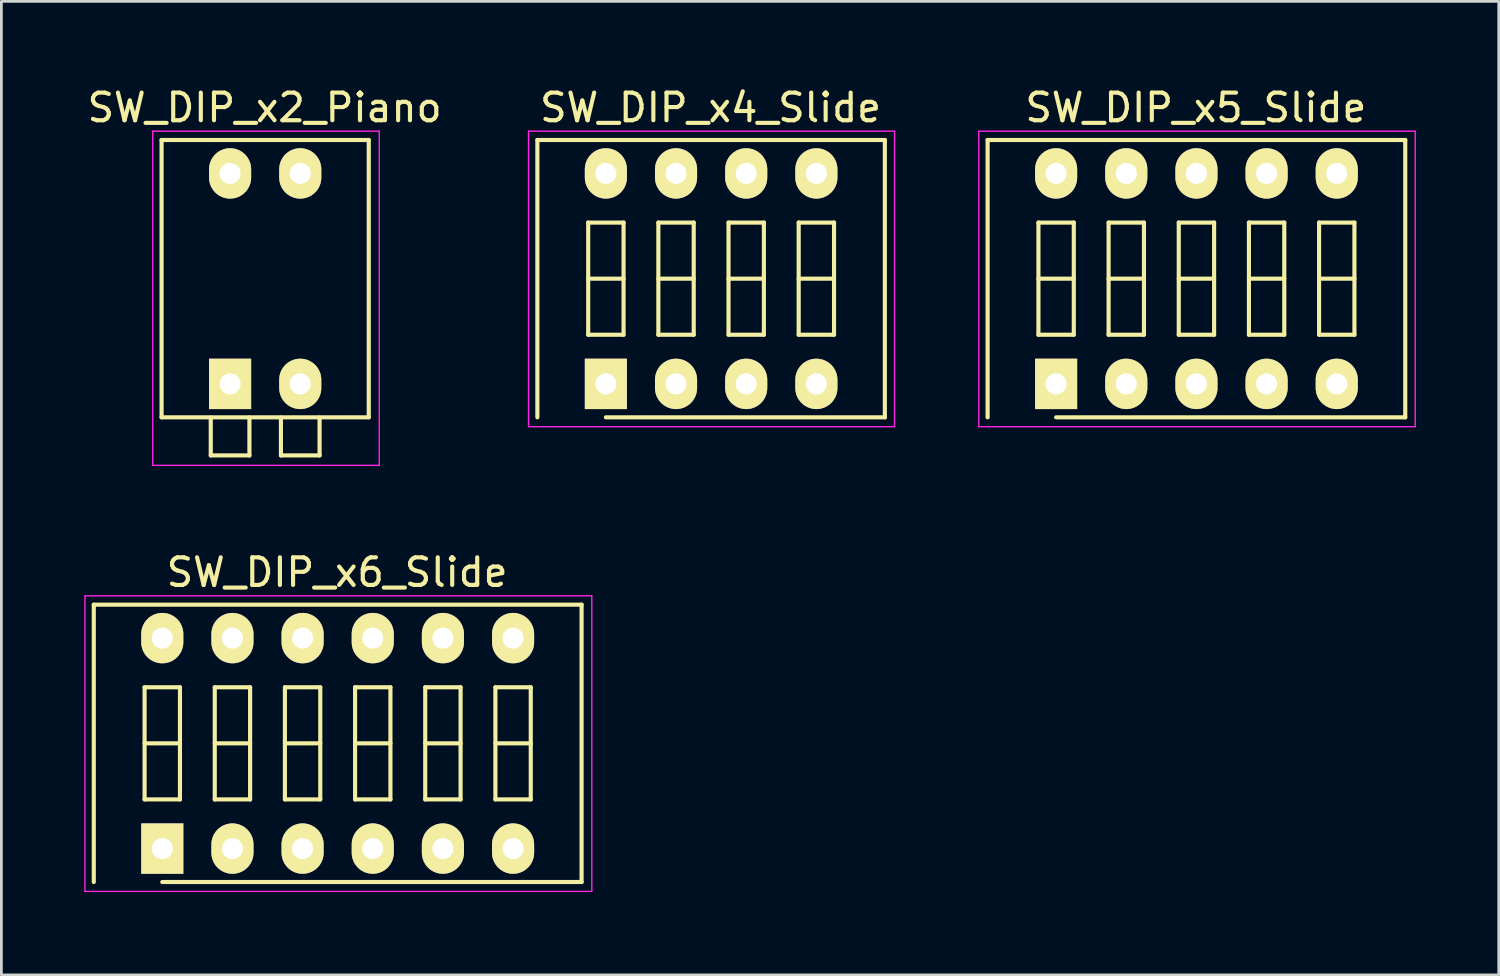
<source format=kicad_pcb>
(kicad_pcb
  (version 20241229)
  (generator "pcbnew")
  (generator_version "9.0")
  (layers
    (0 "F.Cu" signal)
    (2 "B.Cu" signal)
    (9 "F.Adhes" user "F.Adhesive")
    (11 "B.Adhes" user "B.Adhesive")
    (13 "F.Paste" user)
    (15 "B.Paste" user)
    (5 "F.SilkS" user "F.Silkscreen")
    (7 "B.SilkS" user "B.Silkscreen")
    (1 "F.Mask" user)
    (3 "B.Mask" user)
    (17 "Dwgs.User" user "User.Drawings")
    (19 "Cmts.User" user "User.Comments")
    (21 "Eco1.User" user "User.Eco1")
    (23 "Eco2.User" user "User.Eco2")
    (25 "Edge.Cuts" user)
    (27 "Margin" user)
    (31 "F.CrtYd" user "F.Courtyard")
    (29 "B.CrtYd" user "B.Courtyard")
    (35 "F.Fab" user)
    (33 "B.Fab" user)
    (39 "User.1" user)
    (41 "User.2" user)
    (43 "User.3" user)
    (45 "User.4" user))
  (footprint "SW_DIP_x4_Slide"
    (layer "F.Cu")
    (at 18.885 10.848)
    (property "Reference" "SW_DIP_x4_Slide" (at 3.79 -10 0) (layer "F.SilkS") (effects (font (size 1 1) (thickness 0.15))))
    (attr through_hole)
    (fp_line (start -2.48 -8.83) (end 10.1 -8.83) (stroke (width 0.15) (type solid)) (layer "F.SilkS"))
    (fp_line (start -2.48 1.21) (end -2.48 -8.83) (stroke (width 0.15) (type solid)) (layer "F.SilkS"))
    (fp_line (start -0.64 -5.84) (end -0.64 -1.78) (stroke (width 0.15) (type solid)) (layer "F.SilkS"))
    (fp_line (start -0.64 -3.81) (end 0.64 -3.81) (stroke (width 0.15) (type solid)) (layer "F.SilkS"))
    (fp_line (start -0.64 -1.78) (end 0.64 -1.78) (stroke (width 0.15) (type solid)) (layer "F.SilkS"))
    (fp_line (start 0.64 -5.84) (end -0.64 -5.84) (stroke (width 0.15) (type solid)) (layer "F.SilkS"))
    (fp_line (start 0.64 -1.78) (end 0.64 -5.84) (stroke (width 0.15) (type solid)) (layer "F.SilkS"))
    (fp_line (start 1.9 -5.84) (end 1.9 -1.78) (stroke (width 0.15) (type solid)) (layer "F.SilkS"))
    (fp_line (start 1.9 -3.81) (end 3.18 -3.81) (stroke (width 0.15) (type solid)) (layer "F.SilkS"))
    (fp_line (start 1.9 -1.78) (end 3.18 -1.78) (stroke (width 0.15) (type solid)) (layer "F.SilkS"))
    (fp_line (start 3.18 -5.84) (end 1.9 -5.84) (stroke (width 0.15) (type solid)) (layer "F.SilkS"))
    (fp_line (start 3.18 -1.78) (end 3.18 -5.84) (stroke (width 0.15) (type solid)) (layer "F.SilkS"))
    (fp_line (start 4.44 -5.84) (end 4.44 -1.78) (stroke (width 0.15) (type solid)) (layer "F.SilkS"))
    (fp_line (start 4.44 -3.81) (end 5.72 -3.81) (stroke (width 0.15) (type solid)) (layer "F.SilkS"))
    (fp_line (start 4.44 -1.78) (end 5.72 -1.78) (stroke (width 0.15) (type solid)) (layer "F.SilkS"))
    (fp_line (start 5.72 -5.84) (end 4.44 -5.84) (stroke (width 0.15) (type solid)) (layer "F.SilkS"))
    (fp_line (start 5.72 -1.78) (end 5.72 -5.84) (stroke (width 0.15) (type solid)) (layer "F.SilkS"))
    (fp_line (start 6.98 -5.84) (end 6.98 -1.78) (stroke (width 0.15) (type solid)) (layer "F.SilkS"))
    (fp_line (start 6.98 -3.81) (end 8.26 -3.81) (stroke (width 0.15) (type solid)) (layer "F.SilkS"))
    (fp_line (start 6.98 -1.78) (end 8.26 -1.78) (stroke (width 0.15) (type solid)) (layer "F.SilkS"))
    (fp_line (start 8.26 -5.84) (end 6.98 -5.84) (stroke (width 0.15) (type solid)) (layer "F.SilkS"))
    (fp_line (start 8.26 -1.78) (end 8.26 -5.84) (stroke (width 0.15) (type solid)) (layer "F.SilkS"))
    (fp_line (start 10.1 -8.83) (end 10.1 1.21) (stroke (width 0.15) (type solid)) (layer "F.SilkS"))
    (fp_line (start 10.1 1.21) (end 0 1.21) (stroke (width 0.15) (type solid)) (layer "F.SilkS"))
    (fp_line (start -2.8 -9.15) (end -2.8 1.55) (stroke (width 0.05) (type solid)) (layer "F.CrtYd"))
    (fp_line (start -2.8 1.55) (end 10.45 1.55) (stroke (width 0.05) (type solid)) (layer "F.CrtYd"))
    (fp_line (start 10.45 -9.15) (end -2.8 -9.15) (stroke (width 0.05) (type solid)) (layer "F.CrtYd"))
    (fp_line (start 10.45 1.55) (end 10.45 -9.15) (stroke (width 0.05) (type solid)) (layer "F.CrtYd"))
    (pad "1" thru_hole rect (at 0 0) (size 1.524 1.824) (drill 0.762) (layers "*.Cu" "*.Mask" "F.SilkS"))
    (pad "2" thru_hole oval (at 2.54 0) (size 1.524 1.824) (drill 0.762) (layers "*.Cu" "*.Mask" "F.SilkS"))
    (pad "3" thru_hole oval (at 5.08 0) (size 1.524 1.824) (drill 0.762) (layers "*.Cu" "*.Mask" "F.SilkS"))
    (pad "4" thru_hole oval (at 7.62 0) (size 1.524 1.824) (drill 0.762) (layers "*.Cu" "*.Mask" "F.SilkS"))
    (pad "5" thru_hole oval (at 7.62 -7.62) (size 1.524 1.824) (drill 0.762) (layers "*.Cu" "*.Mask" "F.SilkS"))
    (pad "6" thru_hole oval (at 5.08 -7.62) (size 1.524 1.824) (drill 0.762) (layers "*.Cu" "*.Mask" "F.SilkS"))
    (pad "7" thru_hole oval (at 2.54 -7.62) (size 1.524 1.824) (drill 0.762) (layers "*.Cu" "*.Mask" "F.SilkS"))
    (pad "8" thru_hole oval (at 0 -7.62) (size 1.524 1.824) (drill 0.762) (layers "*.Cu" "*.Mask" "F.SilkS")))
  (footprint "SW_DIP_x2_Piano"
    (layer "F.Cu")
    (at 5.28 10.848)
    (property "Reference" "SW_DIP_x2_Piano" (at 1.25 -10 0) (layer "F.SilkS") (effects (font (size 1 1) (thickness 0.15))))
    (attr through_hole)
    (fp_line (start -2.48 -8.83) (end 5.02 -8.83) (stroke (width 0.15) (type solid)) (layer "F.SilkS"))
    (fp_line (start -2.48 1.21) (end -2.48 -8.83) (stroke (width 0.15) (type solid)) (layer "F.SilkS"))
    (fp_line (start -0.7 1.22) (end -0.7 2.59) (stroke (width 0.15) (type solid)) (layer "F.SilkS"))
    (fp_line (start -0.7 2.59) (end 0.7 2.59) (stroke (width 0.15) (type solid)) (layer "F.SilkS"))
    (fp_line (start 0.7 2.59) (end 0.7 1.22) (stroke (width 0.15) (type solid)) (layer "F.SilkS"))
    (fp_line (start 1.84 1.22) (end 1.84 2.59) (stroke (width 0.15) (type solid)) (layer "F.SilkS"))
    (fp_line (start 1.84 2.59) (end 3.24 2.59) (stroke (width 0.15) (type solid)) (layer "F.SilkS"))
    (fp_line (start 3.24 2.59) (end 3.24 1.22) (stroke (width 0.15) (type solid)) (layer "F.SilkS"))
    (fp_line (start 5.02 -8.83) (end 5.02 1.21) (stroke (width 0.15) (type solid)) (layer "F.SilkS"))
    (fp_line (start 5.02 1.21) (end -2.48 1.21) (stroke (width 0.15) (type solid)) (layer "F.SilkS"))
    (fp_line (start -2.8 -9.15) (end -2.8 2.95) (stroke (width 0.05) (type solid)) (layer "F.CrtYd"))
    (fp_line (start -2.8 2.95) (end 5.4 2.95) (stroke (width 0.05) (type solid)) (layer "F.CrtYd"))
    (fp_line (start 5.4 -9.15) (end -2.8 -9.15) (stroke (width 0.05) (type solid)) (layer "F.CrtYd"))
    (fp_line (start 5.4 2.95) (end 5.4 -9.15) (stroke (width 0.05) (type solid)) (layer "F.CrtYd"))
    (pad "1" thru_hole rect (at 0 0) (size 1.524 1.824) (drill 0.762) (layers "*.Cu" "*.Mask" "F.SilkS"))
    (pad "2" thru_hole oval (at 2.54 0) (size 1.524 1.824) (drill 0.762) (layers "*.Cu" "*.Mask" "F.SilkS"))
    (pad "3" thru_hole oval (at 2.54 -7.62) (size 1.524 1.824) (drill 0.762) (layers "*.Cu" "*.Mask" "F.SilkS"))
    (pad "4" thru_hole oval (at 0 -7.62) (size 1.524 1.824) (drill 0.762) (layers "*.Cu" "*.Mask" "F.SilkS")))
  (footprint "SW_DIP_x6_Slide"
    (layer "F.Cu")
    (at 2.825 27.672)
    (property "Reference" "SW_DIP_x6_Slide" (at 6.33 -10 0) (layer "F.SilkS") (effects (font (size 1 1) (thickness 0.15))))
    (attr through_hole)
    (fp_line (start -2.48 -8.83) (end 15.18 -8.83) (stroke (width 0.15) (type solid)) (layer "F.SilkS"))
    (fp_line (start -2.48 1.21) (end -2.48 -8.83) (stroke (width 0.15) (type solid)) (layer "F.SilkS"))
    (fp_line (start -0.64 -5.84) (end -0.64 -1.78) (stroke (width 0.15) (type solid)) (layer "F.SilkS"))
    (fp_line (start -0.64 -3.81) (end 0.64 -3.81) (stroke (width 0.15) (type solid)) (layer "F.SilkS"))
    (fp_line (start -0.64 -1.78) (end 0.64 -1.78) (stroke (width 0.15) (type solid)) (layer "F.SilkS"))
    (fp_line (start 0.64 -5.84) (end -0.64 -5.84) (stroke (width 0.15) (type solid)) (layer "F.SilkS"))
    (fp_line (start 0.64 -1.78) (end 0.64 -5.84) (stroke (width 0.15) (type solid)) (layer "F.SilkS"))
    (fp_line (start 1.9 -5.84) (end 1.9 -1.78) (stroke (width 0.15) (type solid)) (layer "F.SilkS"))
    (fp_line (start 1.9 -3.81) (end 3.18 -3.81) (stroke (width 0.15) (type solid)) (layer "F.SilkS"))
    (fp_line (start 1.9 -1.78) (end 3.18 -1.78) (stroke (width 0.15) (type solid)) (layer "F.SilkS"))
    (fp_line (start 3.18 -5.84) (end 1.9 -5.84) (stroke (width 0.15) (type solid)) (layer "F.SilkS"))
    (fp_line (start 3.18 -1.78) (end 3.18 -5.84) (stroke (width 0.15) (type solid)) (layer "F.SilkS"))
    (fp_line (start 4.44 -5.84) (end 4.44 -1.78) (stroke (width 0.15) (type solid)) (layer "F.SilkS"))
    (fp_line (start 4.44 -3.81) (end 5.72 -3.81) (stroke (width 0.15) (type solid)) (layer "F.SilkS"))
    (fp_line (start 4.44 -1.78) (end 5.72 -1.78) (stroke (width 0.15) (type solid)) (layer "F.SilkS"))
    (fp_line (start 5.72 -5.84) (end 4.44 -5.84) (stroke (width 0.15) (type solid)) (layer "F.SilkS"))
    (fp_line (start 5.72 -1.78) (end 5.72 -5.84) (stroke (width 0.15) (type solid)) (layer "F.SilkS"))
    (fp_line (start 6.98 -5.84) (end 6.98 -1.78) (stroke (width 0.15) (type solid)) (layer "F.SilkS"))
    (fp_line (start 6.98 -3.81) (end 8.26 -3.81) (stroke (width 0.15) (type solid)) (layer "F.SilkS"))
    (fp_line (start 6.98 -1.78) (end 8.26 -1.78) (stroke (width 0.15) (type solid)) (layer "F.SilkS"))
    (fp_line (start 8.26 -5.84) (end 6.98 -5.84) (stroke (width 0.15) (type solid)) (layer "F.SilkS"))
    (fp_line (start 8.26 -1.78) (end 8.26 -5.84) (stroke (width 0.15) (type solid)) (layer "F.SilkS"))
    (fp_line (start 9.52 -5.84) (end 9.52 -1.78) (stroke (width 0.15) (type solid)) (layer "F.SilkS"))
    (fp_line (start 9.52 -3.81) (end 10.8 -3.81) (stroke (width 0.15) (type solid)) (layer "F.SilkS"))
    (fp_line (start 9.52 -1.78) (end 10.8 -1.78) (stroke (width 0.15) (type solid)) (layer "F.SilkS"))
    (fp_line (start 10.8 -5.84) (end 9.52 -5.84) (stroke (width 0.15) (type solid)) (layer "F.SilkS"))
    (fp_line (start 10.8 -1.78) (end 10.8 -5.84) (stroke (width 0.15) (type solid)) (layer "F.SilkS"))
    (fp_line (start 12.06 -5.84) (end 12.06 -1.78) (stroke (width 0.15) (type solid)) (layer "F.SilkS"))
    (fp_line (start 12.06 -3.81) (end 13.34 -3.81) (stroke (width 0.15) (type solid)) (layer "F.SilkS"))
    (fp_line (start 12.06 -1.78) (end 13.34 -1.78) (stroke (width 0.15) (type solid)) (layer "F.SilkS"))
    (fp_line (start 13.34 -5.84) (end 12.06 -5.84) (stroke (width 0.15) (type solid)) (layer "F.SilkS"))
    (fp_line (start 13.34 -1.78) (end 13.34 -5.84) (stroke (width 0.15) (type solid)) (layer "F.SilkS"))
    (fp_line (start 15.18 -8.83) (end 15.18 1.21) (stroke (width 0.15) (type solid)) (layer "F.SilkS"))
    (fp_line (start 15.18 1.21) (end 0 1.21) (stroke (width 0.15) (type solid)) (layer "F.SilkS"))
    (fp_line (start -2.8 -9.15) (end -2.8 1.55) (stroke (width 0.05) (type solid)) (layer "F.CrtYd"))
    (fp_line (start -2.8 1.55) (end 15.55 1.55) (stroke (width 0.05) (type solid)) (layer "F.CrtYd"))
    (fp_line (start 15.55 -9.15) (end -2.8 -9.15) (stroke (width 0.05) (type solid)) (layer "F.CrtYd"))
    (fp_line (start 15.55 1.55) (end 15.55 -9.15) (stroke (width 0.05) (type solid)) (layer "F.CrtYd"))
    (pad "1" thru_hole rect (at 0 0) (size 1.524 1.824) (drill 0.762) (layers "*.Cu" "*.Mask" "F.SilkS"))
    (pad "2" thru_hole oval (at 2.54 0) (size 1.524 1.824) (drill 0.762) (layers "*.Cu" "*.Mask" "F.SilkS"))
    (pad "3" thru_hole oval (at 5.08 0) (size 1.524 1.824) (drill 0.762) (layers "*.Cu" "*.Mask" "F.SilkS"))
    (pad "4" thru_hole oval (at 7.62 0) (size 1.524 1.824) (drill 0.762) (layers "*.Cu" "*.Mask" "F.SilkS"))
    (pad "5" thru_hole oval (at 10.16 0) (size 1.524 1.824) (drill 0.762) (layers "*.Cu" "*.Mask" "F.SilkS"))
    (pad "6" thru_hole oval (at 12.7 0) (size 1.524 1.824) (drill 0.762) (layers "*.Cu" "*.Mask" "F.SilkS"))
    (pad "7" thru_hole oval (at 12.7 -7.62) (size 1.524 1.824) (drill 0.762) (layers "*.Cu" "*.Mask" "F.SilkS"))
    (pad "8" thru_hole oval (at 10.16 -7.62) (size 1.524 1.824) (drill 0.762) (layers "*.Cu" "*.Mask" "F.SilkS"))
    (pad "9" thru_hole oval (at 7.62 -7.62) (size 1.524 1.824) (drill 0.762) (layers "*.Cu" "*.Mask" "F.SilkS"))
    (pad "10" thru_hole oval (at 5.08 -7.62) (size 1.524 1.824) (drill 0.762) (layers "*.Cu" "*.Mask" "F.SilkS"))
    (pad "11" thru_hole oval (at 2.54 -7.62) (size 1.524 1.824) (drill 0.762) (layers "*.Cu" "*.Mask" "F.SilkS"))
    (pad "12" thru_hole oval (at 0 -7.62) (size 1.524 1.824) (drill 0.762) (layers "*.Cu" "*.Mask" "F.SilkS")))
  (footprint "SW_DIP_x5_Slide"
    (layer "F.Cu")
    (at 35.185 10.848)
    (property "Reference" "SW_DIP_x5_Slide" (at 5.06 -10 0) (layer "F.SilkS") (effects (font (size 1 1) (thickness 0.15))))
    (attr through_hole)
    (fp_line (start -2.48 -8.83) (end 12.64 -8.83) (stroke (width 0.15) (type solid)) (layer "F.SilkS"))
    (fp_line (start -2.48 1.21) (end -2.48 -8.83) (stroke (width 0.15) (type solid)) (layer "F.SilkS"))
    (fp_line (start -0.64 -5.84) (end -0.64 -1.78) (stroke (width 0.15) (type solid)) (layer "F.SilkS"))
    (fp_line (start -0.64 -3.81) (end 0.64 -3.81) (stroke (width 0.15) (type solid)) (layer "F.SilkS"))
    (fp_line (start -0.64 -1.78) (end 0.64 -1.78) (stroke (width 0.15) (type solid)) (layer "F.SilkS"))
    (fp_line (start 0.64 -5.84) (end -0.64 -5.84) (stroke (width 0.15) (type solid)) (layer "F.SilkS"))
    (fp_line (start 0.64 -1.78) (end 0.64 -5.84) (stroke (width 0.15) (type solid)) (layer "F.SilkS"))
    (fp_line (start 1.9 -5.84) (end 1.9 -1.78) (stroke (width 0.15) (type solid)) (layer "F.SilkS"))
    (fp_line (start 1.9 -3.81) (end 3.18 -3.81) (stroke (width 0.15) (type solid)) (layer "F.SilkS"))
    (fp_line (start 1.9 -1.78) (end 3.18 -1.78) (stroke (width 0.15) (type solid)) (layer "F.SilkS"))
    (fp_line (start 3.18 -5.84) (end 1.9 -5.84) (stroke (width 0.15) (type solid)) (layer "F.SilkS"))
    (fp_line (start 3.18 -1.78) (end 3.18 -5.84) (stroke (width 0.15) (type solid)) (layer "F.SilkS"))
    (fp_line (start 4.44 -5.84) (end 4.44 -1.78) (stroke (width 0.15) (type solid)) (layer "F.SilkS"))
    (fp_line (start 4.44 -3.81) (end 5.72 -3.81) (stroke (width 0.15) (type solid)) (layer "F.SilkS"))
    (fp_line (start 4.44 -1.78) (end 5.72 -1.78) (stroke (width 0.15) (type solid)) (layer "F.SilkS"))
    (fp_line (start 5.72 -5.84) (end 4.44 -5.84) (stroke (width 0.15) (type solid)) (layer "F.SilkS"))
    (fp_line (start 5.72 -1.78) (end 5.72 -5.84) (stroke (width 0.15) (type solid)) (layer "F.SilkS"))
    (fp_line (start 6.98 -5.84) (end 6.98 -1.78) (stroke (width 0.15) (type solid)) (layer "F.SilkS"))
    (fp_line (start 6.98 -3.81) (end 8.26 -3.81) (stroke (width 0.15) (type solid)) (layer "F.SilkS"))
    (fp_line (start 6.98 -1.78) (end 8.26 -1.78) (stroke (width 0.15) (type solid)) (layer "F.SilkS"))
    (fp_line (start 8.26 -5.84) (end 6.98 -5.84) (stroke (width 0.15) (type solid)) (layer "F.SilkS"))
    (fp_line (start 8.26 -1.78) (end 8.26 -5.84) (stroke (width 0.15) (type solid)) (layer "F.SilkS"))
    (fp_line (start 9.52 -5.84) (end 9.52 -1.78) (stroke (width 0.15) (type solid)) (layer "F.SilkS"))
    (fp_line (start 9.52 -3.81) (end 10.8 -3.81) (stroke (width 0.15) (type solid)) (layer "F.SilkS"))
    (fp_line (start 9.52 -1.78) (end 10.8 -1.78) (stroke (width 0.15) (type solid)) (layer "F.SilkS"))
    (fp_line (start 10.8 -5.84) (end 9.52 -5.84) (stroke (width 0.15) (type solid)) (layer "F.SilkS"))
    (fp_line (start 10.8 -1.78) (end 10.8 -5.84) (stroke (width 0.15) (type solid)) (layer "F.SilkS"))
    (fp_line (start 12.64 -8.83) (end 12.64 1.21) (stroke (width 0.15) (type solid)) (layer "F.SilkS"))
    (fp_line (start 12.64 1.21) (end 0 1.21) (stroke (width 0.15) (type solid)) (layer "F.SilkS"))
    (fp_line (start -2.8 -9.15) (end -2.8 1.55) (stroke (width 0.05) (type solid)) (layer "F.CrtYd"))
    (fp_line (start -2.8 1.55) (end 13 1.55) (stroke (width 0.05) (type solid)) (layer "F.CrtYd"))
    (fp_line (start 13 -9.15) (end -2.8 -9.15) (stroke (width 0.05) (type solid)) (layer "F.CrtYd"))
    (fp_line (start 13 1.55) (end 13 -9.15) (stroke (width 0.05) (type solid)) (layer "F.CrtYd"))
    (pad "1" thru_hole rect (at 0 0) (size 1.524 1.824) (drill 0.762) (layers "*.Cu" "*.Mask" "F.SilkS"))
    (pad "2" thru_hole oval (at 2.54 0) (size 1.524 1.824) (drill 0.762) (layers "*.Cu" "*.Mask" "F.SilkS"))
    (pad "3" thru_hole oval (at 5.08 0) (size 1.524 1.824) (drill 0.762) (layers "*.Cu" "*.Mask" "F.SilkS"))
    (pad "4" thru_hole oval (at 7.62 0) (size 1.524 1.824) (drill 0.762) (layers "*.Cu" "*.Mask" "F.SilkS"))
    (pad "5" thru_hole oval (at 10.16 0) (size 1.524 1.824) (drill 0.762) (layers "*.Cu" "*.Mask" "F.SilkS"))
    (pad "6" thru_hole oval (at 10.16 -7.62) (size 1.524 1.824) (drill 0.762) (layers "*.Cu" "*.Mask" "F.SilkS"))
    (pad "7" thru_hole oval (at 7.62 -7.62) (size 1.524 1.824) (drill 0.762) (layers "*.Cu" "*.Mask" "F.SilkS"))
    (pad "8" thru_hole oval (at 5.08 -7.62) (size 1.524 1.824) (drill 0.762) (layers "*.Cu" "*.Mask" "F.SilkS"))
    (pad "9" thru_hole oval (at 2.54 -7.62) (size 1.524 1.824) (drill 0.762) (layers "*.Cu" "*.Mask" "F.SilkS"))
    (pad "10" thru_hole oval (at 0 -7.62) (size 1.524 1.824) (drill 0.762) (layers "*.Cu" "*.Mask" "F.SilkS")))
  (gr_rect
    (start -3 -3)
    (end 51.21 32.246)
    (stroke (width 0.1) (type default))
    (fill no)
    (layer "Edge.Cuts")))
</source>
